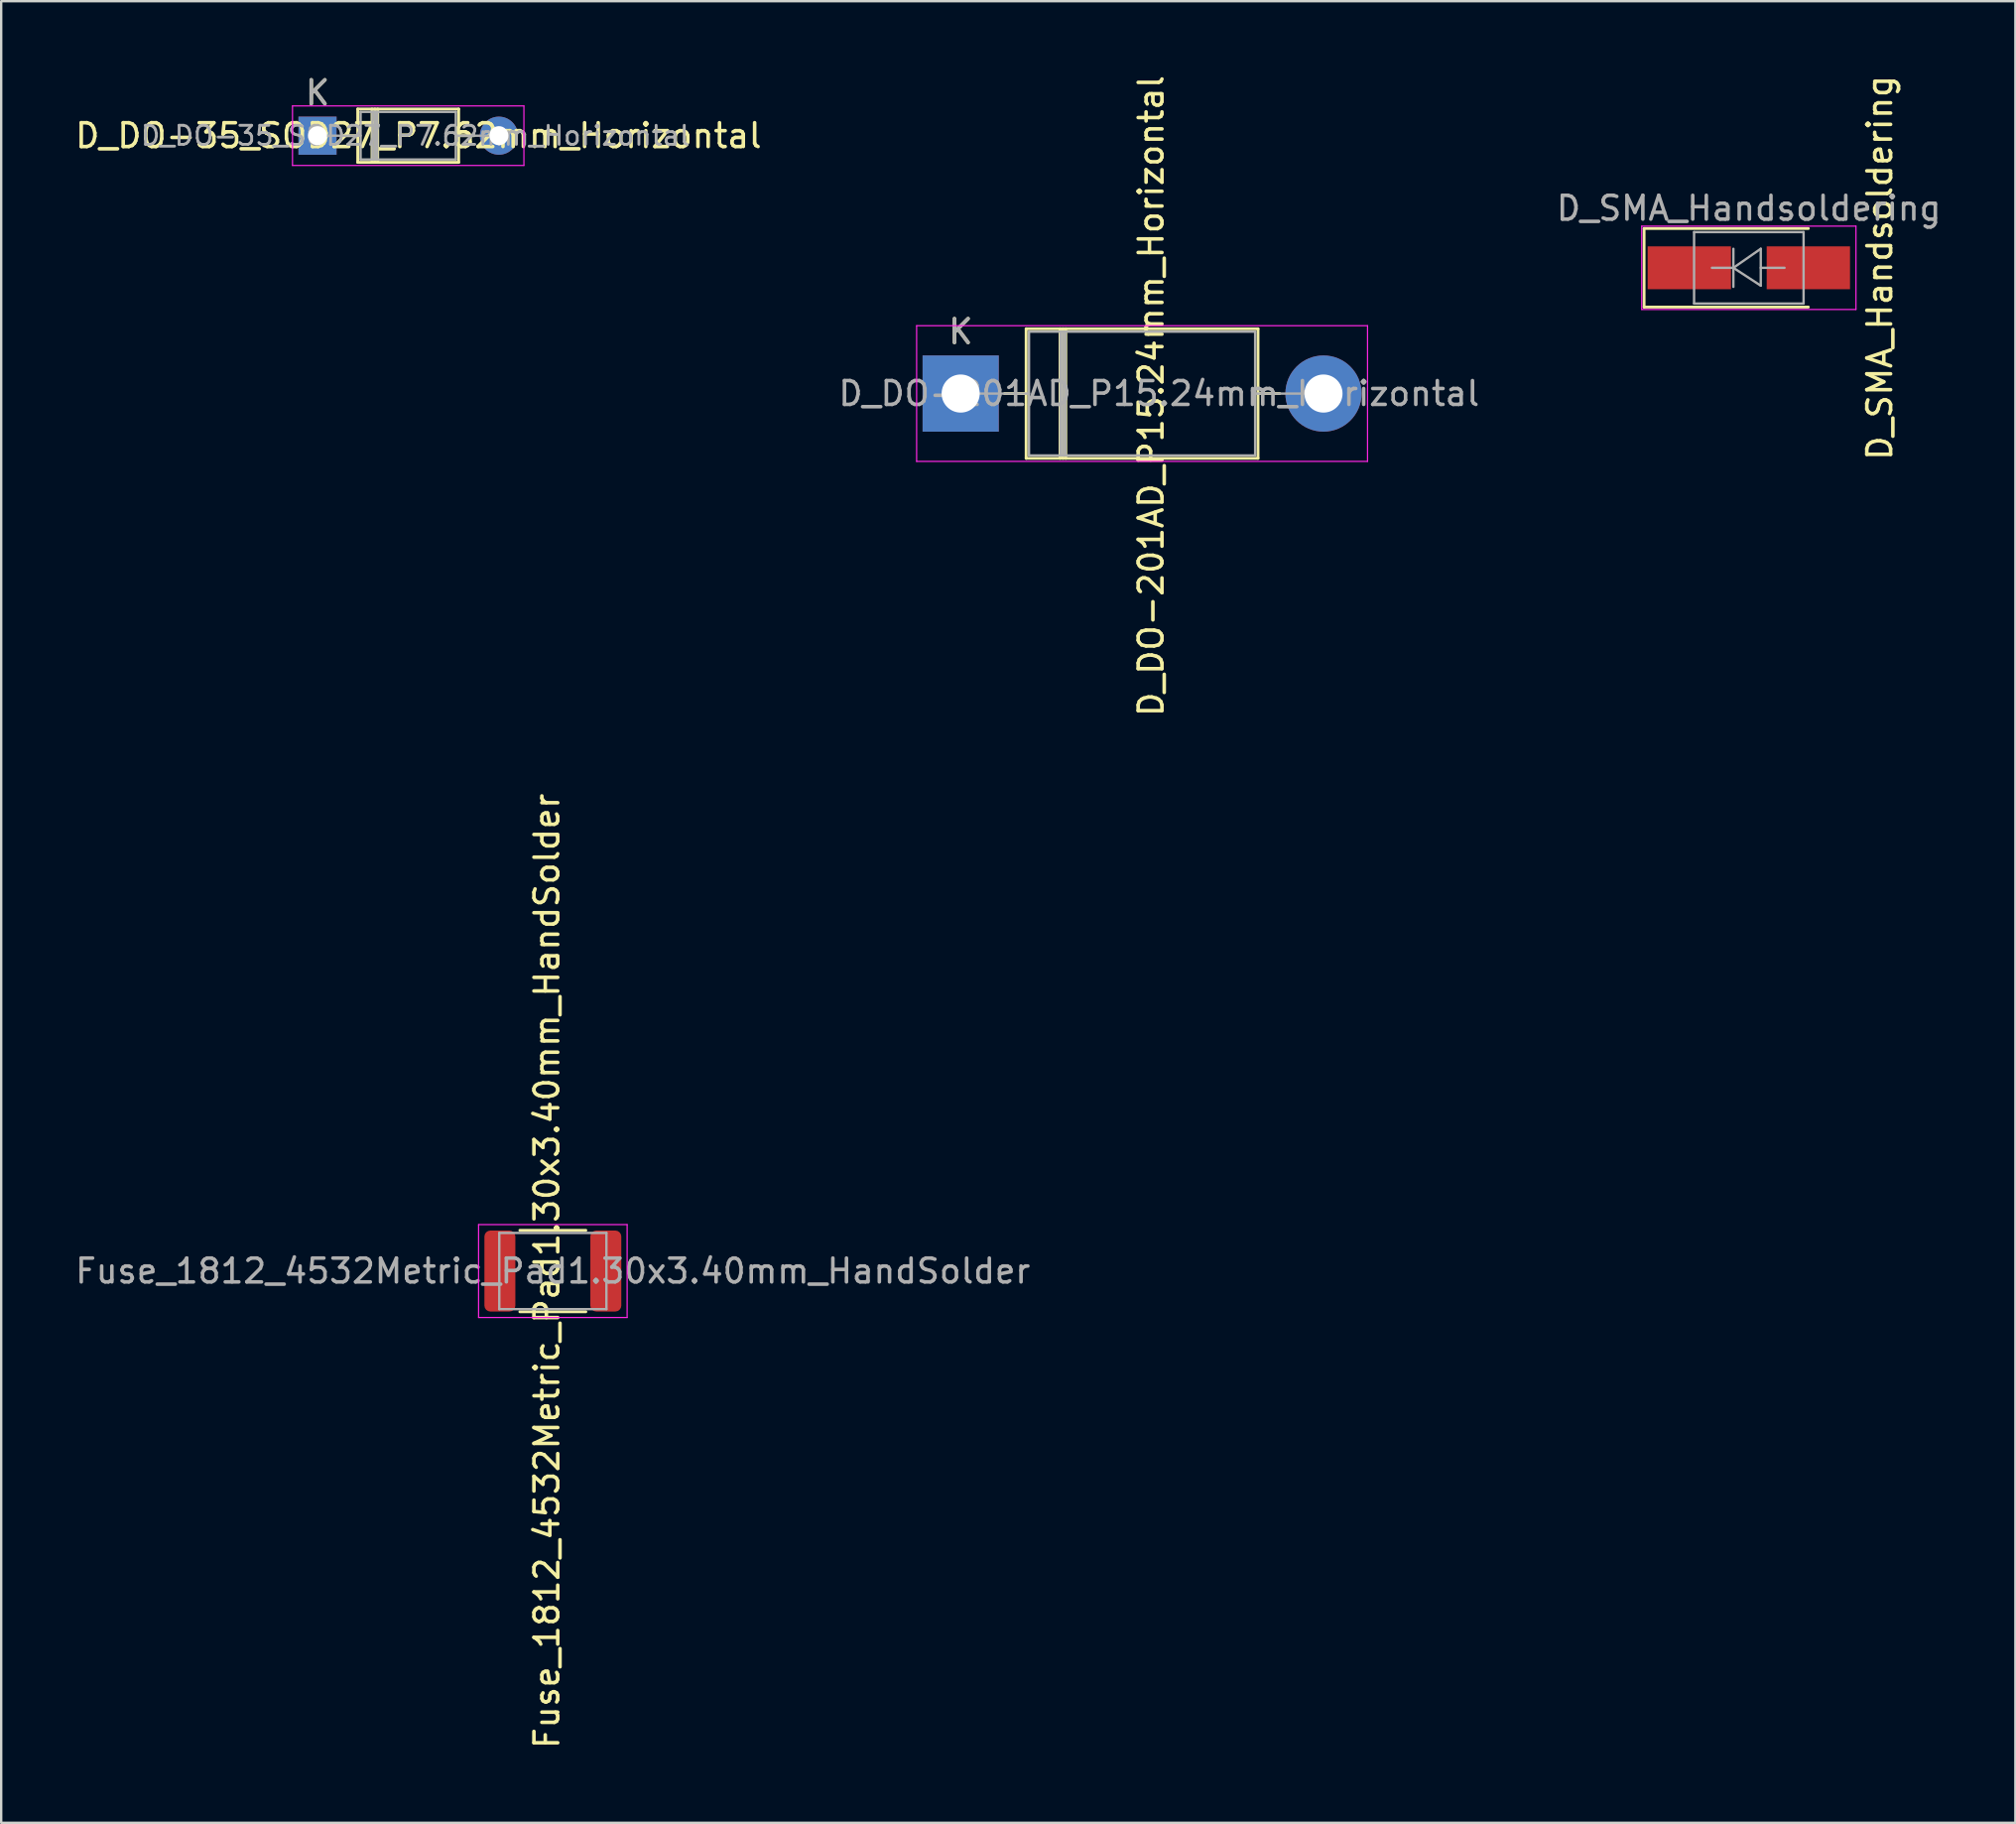
<source format=kicad_pcb>
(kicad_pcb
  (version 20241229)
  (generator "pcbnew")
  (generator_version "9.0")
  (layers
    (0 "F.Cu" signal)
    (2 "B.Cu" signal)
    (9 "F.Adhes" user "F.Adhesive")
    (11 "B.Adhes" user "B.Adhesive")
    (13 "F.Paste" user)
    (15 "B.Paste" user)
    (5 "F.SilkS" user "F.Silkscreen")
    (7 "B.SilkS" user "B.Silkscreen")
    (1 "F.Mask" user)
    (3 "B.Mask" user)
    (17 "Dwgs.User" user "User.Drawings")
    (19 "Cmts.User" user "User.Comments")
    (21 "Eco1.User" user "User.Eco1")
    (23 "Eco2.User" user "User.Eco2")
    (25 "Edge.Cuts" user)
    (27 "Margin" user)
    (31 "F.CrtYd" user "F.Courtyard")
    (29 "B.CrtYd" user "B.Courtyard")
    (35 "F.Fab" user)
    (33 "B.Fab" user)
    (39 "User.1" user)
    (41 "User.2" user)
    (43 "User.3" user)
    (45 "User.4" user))
  (footprint "D_DO-201AD_P15.24mm_Horizontal"
    (layer "F.Cu")
    (at 37.304 13.477)
    (property "Reference" "D_DO-201AD_P15.24mm_Horizontal" (at 8 0.1 90) (layer "F.SilkS") (effects (font (size 1 1) (thickness 0.15))))
    (attr through_hole)
    (fp_line (start 1.84 0) (end 2.75 0) (stroke (width 0.12) (type solid)) (layer "F.SilkS"))
    (fp_line (start 2.75 -2.72) (end 2.75 2.72) (stroke (width 0.12) (type solid)) (layer "F.SilkS"))
    (fp_line (start 2.75 2.72) (end 12.49 2.72) (stroke (width 0.12) (type solid)) (layer "F.SilkS"))
    (fp_line (start 4.175 -2.72) (end 4.175 2.72) (stroke (width 0.12) (type solid)) (layer "F.SilkS"))
    (fp_line (start 4.295 -2.72) (end 4.295 2.72) (stroke (width 0.12) (type solid)) (layer "F.SilkS"))
    (fp_line (start 4.415 -2.72) (end 4.415 2.72) (stroke (width 0.12) (type solid)) (layer "F.SilkS"))
    (fp_line (start 12.49 -2.72) (end 2.75 -2.72) (stroke (width 0.12) (type solid)) (layer "F.SilkS"))
    (fp_line (start 12.49 2.72) (end 12.49 -2.72) (stroke (width 0.12) (type solid)) (layer "F.SilkS"))
    (fp_line (start 13.4 0) (end 12.49 0) (stroke (width 0.12) (type solid)) (layer "F.SilkS"))
    (fp_line (start -1.85 -2.85) (end -1.85 2.85) (stroke (width 0.05) (type solid)) (layer "F.CrtYd"))
    (fp_line (start -1.85 2.85) (end 17.09 2.85) (stroke (width 0.05) (type solid)) (layer "F.CrtYd"))
    (fp_line (start 17.09 -2.85) (end -1.85 -2.85) (stroke (width 0.05) (type solid)) (layer "F.CrtYd"))
    (fp_line (start 17.09 2.85) (end 17.09 -2.85) (stroke (width 0.05) (type solid)) (layer "F.CrtYd"))
    (fp_line (start 0 0) (end 2.87 0) (stroke (width 0.1) (type solid)) (layer "F.Fab"))
    (fp_line (start 2.87 -2.6) (end 2.87 2.6) (stroke (width 0.1) (type solid)) (layer "F.Fab"))
    (fp_line (start 2.87 2.6) (end 12.37 2.6) (stroke (width 0.1) (type solid)) (layer "F.Fab"))
    (fp_line (start 4.195 -2.6) (end 4.195 2.6) (stroke (width 0.1) (type solid)) (layer "F.Fab"))
    (fp_line (start 4.295 -2.6) (end 4.295 2.6) (stroke (width 0.1) (type solid)) (layer "F.Fab"))
    (fp_line (start 4.395 -2.6) (end 4.395 2.6) (stroke (width 0.1) (type solid)) (layer "F.Fab"))
    (fp_line (start 12.37 -2.6) (end 2.87 -2.6) (stroke (width 0.1) (type solid)) (layer "F.Fab"))
    (fp_line (start 12.37 2.6) (end 12.37 -2.6) (stroke (width 0.1) (type solid)) (layer "F.Fab"))
    (fp_line (start 15.24 0) (end 12.37 0) (stroke (width 0.1) (type solid)) (layer "F.Fab"))
    (fp_text user "K" (at 0 -2.6 180) (layer "F.SilkS") (effects (font (size 1 1) (thickness 0.15))))
    (fp_text user "K" (at 0 -2.6 180) (layer "F.Fab") (effects (font (size 1 1) (thickness 0.15))))
    (fp_text user "${REFERENCE}" (at 8.332 0 180) (layer "F.Fab") (effects (font (size 1 1) (thickness 0.15))))
    (pad "1" thru_hole rect (at 0 0) (size 3.2 3.2) (drill 1.6) (layers "*.Cu" "*.Mask"))
    (pad "2" thru_hole oval (at 15.24 0) (size 3.2 3.2) (drill 1.6) (layers "*.Cu" "*.Mask")))
  (footprint "D_DO-35_SOD27_P7.62mm_Horizontal"
    (layer "F.Cu")
    (at 10.287 2.648)
    (property "Reference" "D_DO-35_SOD27_P7.62mm_Horizontal" (at 4.243 0 0) (layer "F.SilkS") (effects (font (size 1 1) (thickness 0.15))))
    (attr through_hole)
    (fp_line (start 1.04 0) (end 1.69 0) (stroke (width 0.12) (type solid)) (layer "F.SilkS"))
    (fp_line (start 1.69 -1.12) (end 1.69 1.12) (stroke (width 0.12) (type solid)) (layer "F.SilkS"))
    (fp_line (start 1.69 1.12) (end 5.93 1.12) (stroke (width 0.12) (type solid)) (layer "F.SilkS"))
    (fp_line (start 2.29 -1.12) (end 2.29 1.12) (stroke (width 0.12) (type solid)) (layer "F.SilkS"))
    (fp_line (start 2.41 -1.12) (end 2.41 1.12) (stroke (width 0.12) (type solid)) (layer "F.SilkS"))
    (fp_line (start 2.53 -1.12) (end 2.53 1.12) (stroke (width 0.12) (type solid)) (layer "F.SilkS"))
    (fp_line (start 5.93 -1.12) (end 1.69 -1.12) (stroke (width 0.12) (type solid)) (layer "F.SilkS"))
    (fp_line (start 5.93 1.12) (end 5.93 -1.12) (stroke (width 0.12) (type solid)) (layer "F.SilkS"))
    (fp_line (start 6.58 0) (end 5.93 0) (stroke (width 0.12) (type solid)) (layer "F.SilkS"))
    (fp_line (start -1.05 -1.25) (end -1.05 1.25) (stroke (width 0.05) (type solid)) (layer "F.CrtYd"))
    (fp_line (start -1.05 1.25) (end 8.67 1.25) (stroke (width 0.05) (type solid)) (layer "F.CrtYd"))
    (fp_line (start 8.67 -1.25) (end -1.05 -1.25) (stroke (width 0.05) (type solid)) (layer "F.CrtYd"))
    (fp_line (start 8.67 1.25) (end 8.67 -1.25) (stroke (width 0.05) (type solid)) (layer "F.CrtYd"))
    (fp_line (start 0 0) (end 1.81 0) (stroke (width 0.1) (type solid)) (layer "F.Fab"))
    (fp_line (start 1.81 -1) (end 1.81 1) (stroke (width 0.1) (type solid)) (layer "F.Fab"))
    (fp_line (start 1.81 1) (end 5.81 1) (stroke (width 0.1) (type solid)) (layer "F.Fab"))
    (fp_line (start 2.31 -1) (end 2.31 1) (stroke (width 0.1) (type solid)) (layer "F.Fab"))
    (fp_line (start 2.41 -1) (end 2.41 1) (stroke (width 0.1) (type solid)) (layer "F.Fab"))
    (fp_line (start 2.51 -1) (end 2.51 1) (stroke (width 0.1) (type solid)) (layer "F.Fab"))
    (fp_line (start 5.81 -1) (end 1.81 -1) (stroke (width 0.1) (type solid)) (layer "F.Fab"))
    (fp_line (start 5.81 1) (end 5.81 -1) (stroke (width 0.1) (type solid)) (layer "F.Fab"))
    (fp_line (start 7.62 0) (end 5.81 0) (stroke (width 0.1) (type solid)) (layer "F.Fab"))
    (fp_text user "K" (at 0 -1.8 0) (layer "F.SilkS") (effects (font (size 1 1) (thickness 0.15))))
    (fp_text user "K" (at 0 -1.8 0) (layer "F.Fab") (effects (font (size 1 1) (thickness 0.15))))
    (fp_text user "${REFERENCE}" (at 4.11 0 0) (layer "F.Fab") (effects (font (size 0.8 0.8) (thickness 0.12))))
    (pad "1" thru_hole rect (at 0 0) (size 1.6 1.6) (drill 0.8) (layers "*.Cu" "*.Mask"))
    (pad "2" thru_hole oval (at 7.62 0) (size 1.6 1.6) (drill 0.8) (layers "*.Cu" "*.Mask")))
  (footprint "D_SMA_Handsoldering"
    (layer "F.Cu")
    (at 70.411 8.196)
    (property "Reference" "D_SMA_Handsoldering" (at 5.5 0 270) (layer "F.SilkS") (effects (font (size 1 1) (thickness 0.15))))
    (attr smd)
    (fp_line (start -4.4 -1.65) (end -4.4 1.65) (stroke (width 0.12) (type solid)) (layer "F.SilkS"))
    (fp_line (start -4.4 -1.65) (end 2.5 -1.65) (stroke (width 0.12) (type solid)) (layer "F.SilkS"))
    (fp_line (start -4.4 1.65) (end 2.5 1.65) (stroke (width 0.12) (type solid)) (layer "F.SilkS"))
    (fp_line (start -4.5 -1.75) (end 4.5 -1.75) (stroke (width 0.05) (type solid)) (layer "F.CrtYd"))
    (fp_line (start -4.5 1.75) (end -4.5 -1.75) (stroke (width 0.05) (type solid)) (layer "F.CrtYd"))
    (fp_line (start 4.5 -1.75) (end 4.5 1.75) (stroke (width 0.05) (type solid)) (layer "F.CrtYd"))
    (fp_line (start 4.5 1.75) (end -4.5 1.75) (stroke (width 0.05) (type solid)) (layer "F.CrtYd"))
    (fp_line (start -2.3 1.5) (end -2.3 -1.5) (stroke (width 0.1) (type solid)) (layer "F.Fab"))
    (fp_line (start -0.649 -0.799) (end -0.649 0.801) (stroke (width 0.1) (type solid)) (layer "F.Fab"))
    (fp_line (start -0.649 0.001) (end -1.551 0.001) (stroke (width 0.1) (type solid)) (layer "F.Fab"))
    (fp_line (start -0.649 0.001) (end 0.501 -0.799) (stroke (width 0.1) (type solid)) (layer "F.Fab"))
    (fp_line (start -0.649 0.001) (end 0.501 0.75) (stroke (width 0.1) (type solid)) (layer "F.Fab"))
    (fp_line (start 0.501 0.001) (end 1.499 0.001) (stroke (width 0.1) (type solid)) (layer "F.Fab"))
    (fp_line (start 0.501 0.75) (end 0.501 -0.799) (stroke (width 0.1) (type solid)) (layer "F.Fab"))
    (fp_line (start 2.3 -1.5) (end -2.3 -1.5) (stroke (width 0.1) (type solid)) (layer "F.Fab"))
    (fp_line (start 2.3 -1.5) (end 2.3 1.5) (stroke (width 0.1) (type solid)) (layer "F.Fab"))
    (fp_line (start 2.3 1.5) (end -2.3 1.5) (stroke (width 0.1) (type solid)) (layer "F.Fab"))
    (fp_text user "${REFERENCE}" (at 0 -2.5 180) (layer "F.Fab") (effects (font (size 1 1) (thickness 0.15))))
    (pad "1" smd rect (at -2.5 0) (size 3.5 1.8) (layers "F.Cu" "F.Mask" "F.Paste"))
    (pad "2" smd rect (at 2.5 0) (size 3.5 1.8) (layers "F.Cu" "F.Mask" "F.Paste")))
  (footprint "Fuse_1812_4532Metric_Pad1.30x3.40mm_HandSolder"
    (layer "F.Cu")
    (at 20.173 50.327)
    (property "Reference" "Fuse_1812_4532Metric_Pad1.30x3.40mm_HandSolder" (at -0.25 0 90) (layer "F.SilkS") (effects (font (size 1 1) (thickness 0.15))))
    (attr smd)
    (fp_line (start -1.386 -1.71) (end 1.386 -1.71) (stroke (width 0.12) (type solid)) (layer "F.SilkS"))
    (fp_line (start -1.386 1.71) (end 1.386 1.71) (stroke (width 0.12) (type solid)) (layer "F.SilkS"))
    (fp_line (start -3.12 -1.95) (end 3.12 -1.95) (stroke (width 0.05) (type solid)) (layer "F.CrtYd"))
    (fp_line (start -3.12 1.95) (end -3.12 -1.95) (stroke (width 0.05) (type solid)) (layer "F.CrtYd"))
    (fp_line (start 3.12 -1.95) (end 3.12 1.95) (stroke (width 0.05) (type solid)) (layer "F.CrtYd"))
    (fp_line (start 3.12 1.95) (end -3.12 1.95) (stroke (width 0.05) (type solid)) (layer "F.CrtYd"))
    (fp_line (start -2.25 -1.6) (end 2.25 -1.6) (stroke (width 0.1) (type solid)) (layer "F.Fab"))
    (fp_line (start -2.25 1.6) (end -2.25 -1.6) (stroke (width 0.1) (type solid)) (layer "F.Fab"))
    (fp_line (start 2.25 -1.6) (end 2.25 1.6) (stroke (width 0.1) (type solid)) (layer "F.Fab"))
    (fp_line (start 2.25 1.6) (end -2.25 1.6) (stroke (width 0.1) (type solid)) (layer "F.Fab"))
    (fp_text user "${REFERENCE}" (at 0 0 180) (layer "F.Fab") (effects (font (size 1 1) (thickness 0.15))))
    (pad "1" smd roundrect (at -2.225 0) (size 1.3 3.4) (layers "F.Cu" "F.Mask" "F.Paste") (roundrect_rratio 0.192))
    (pad "2" smd roundrect (at 2.225 0) (size 1.3 3.4) (layers "F.Cu" "F.Mask" "F.Paste") (roundrect_rratio 0.192)))
  (gr_rect
    (start -3 -3)
    (end 81.607 73.5)
    (stroke (width 0.1) (type default))
    (fill no)
    (layer "Edge.Cuts")))
</source>
